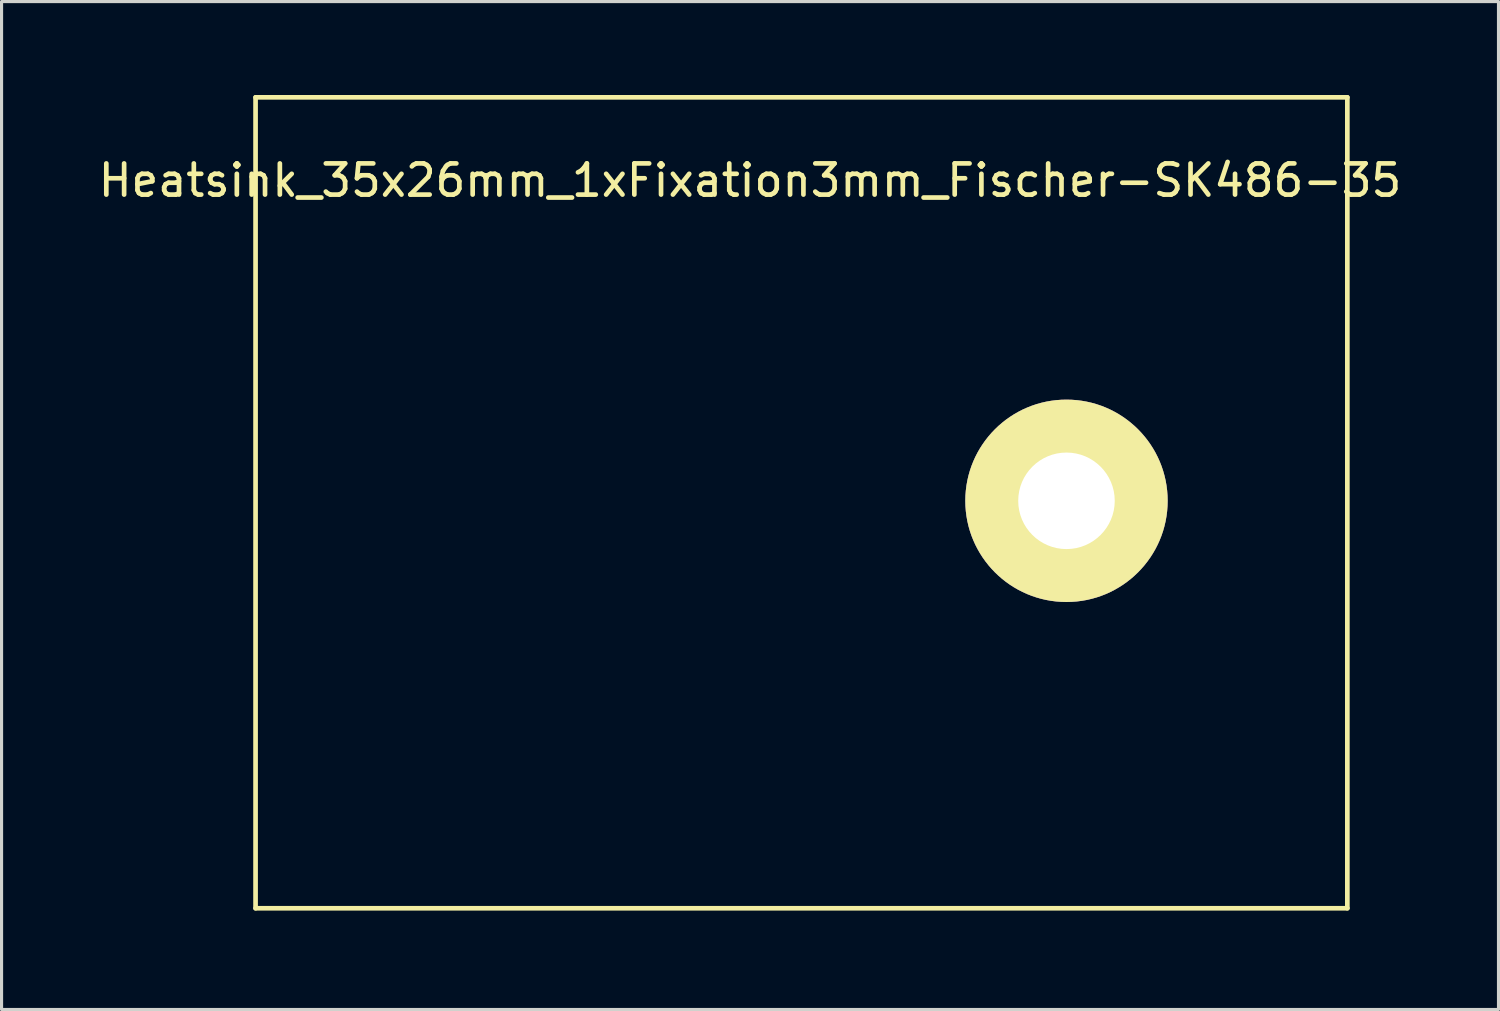
<source format=kicad_pcb>
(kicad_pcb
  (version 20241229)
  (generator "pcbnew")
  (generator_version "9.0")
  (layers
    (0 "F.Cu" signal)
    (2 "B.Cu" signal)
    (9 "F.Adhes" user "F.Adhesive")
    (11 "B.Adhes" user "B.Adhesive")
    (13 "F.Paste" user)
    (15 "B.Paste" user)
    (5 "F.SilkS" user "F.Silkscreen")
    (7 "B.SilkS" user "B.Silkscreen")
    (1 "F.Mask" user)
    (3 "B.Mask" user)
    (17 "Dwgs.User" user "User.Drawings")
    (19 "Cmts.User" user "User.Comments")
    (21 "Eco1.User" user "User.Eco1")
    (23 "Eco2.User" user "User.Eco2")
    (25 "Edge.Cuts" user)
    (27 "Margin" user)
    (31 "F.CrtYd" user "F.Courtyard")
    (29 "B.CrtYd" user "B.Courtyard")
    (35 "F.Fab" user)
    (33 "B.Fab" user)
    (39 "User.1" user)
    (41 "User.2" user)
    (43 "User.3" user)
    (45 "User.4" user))
  (footprint "Heatsink_35x26mm_1xFixation3mm_Fischer-SK486-35"
    (layer "F.Cu")
    (at 5.155 26.11)
    (property "Reference" "Heatsink_35x26mm_1xFixation3mm_Fischer-SK486-35" (at 15.875 -23.368 0) (layer "F.SilkS") (effects (font (size 1 1) (thickness 0.15))))
    (attr through_hole)
    (fp_line (start 0 -26.035) (end 0 0) (stroke (width 0.15) (type solid)) (layer "F.SilkS"))
    (fp_line (start 0 0) (end 35.052 0) (stroke (width 0.15) (type solid)) (layer "F.SilkS"))
    (fp_line (start 35.052 -26.035) (end 0 -26.035) (stroke (width 0.15) (type solid)) (layer "F.SilkS"))
    (fp_line (start 35.052 0) (end 35.052 -26.035) (stroke (width 0.15) (type solid)) (layer "F.SilkS"))
    (pad "1" thru_hole circle (at 26.035 -13.081) (size 6.497 6.497) (drill 3.099) (layers "*.Cu" "*.Mask" "F.SilkS")))
  (gr_rect
    (start -3 -3)
    (end 45.06 29.36)
    (stroke (width 0.1) (type default))
    (fill no)
    (layer "Edge.Cuts")))
</source>
